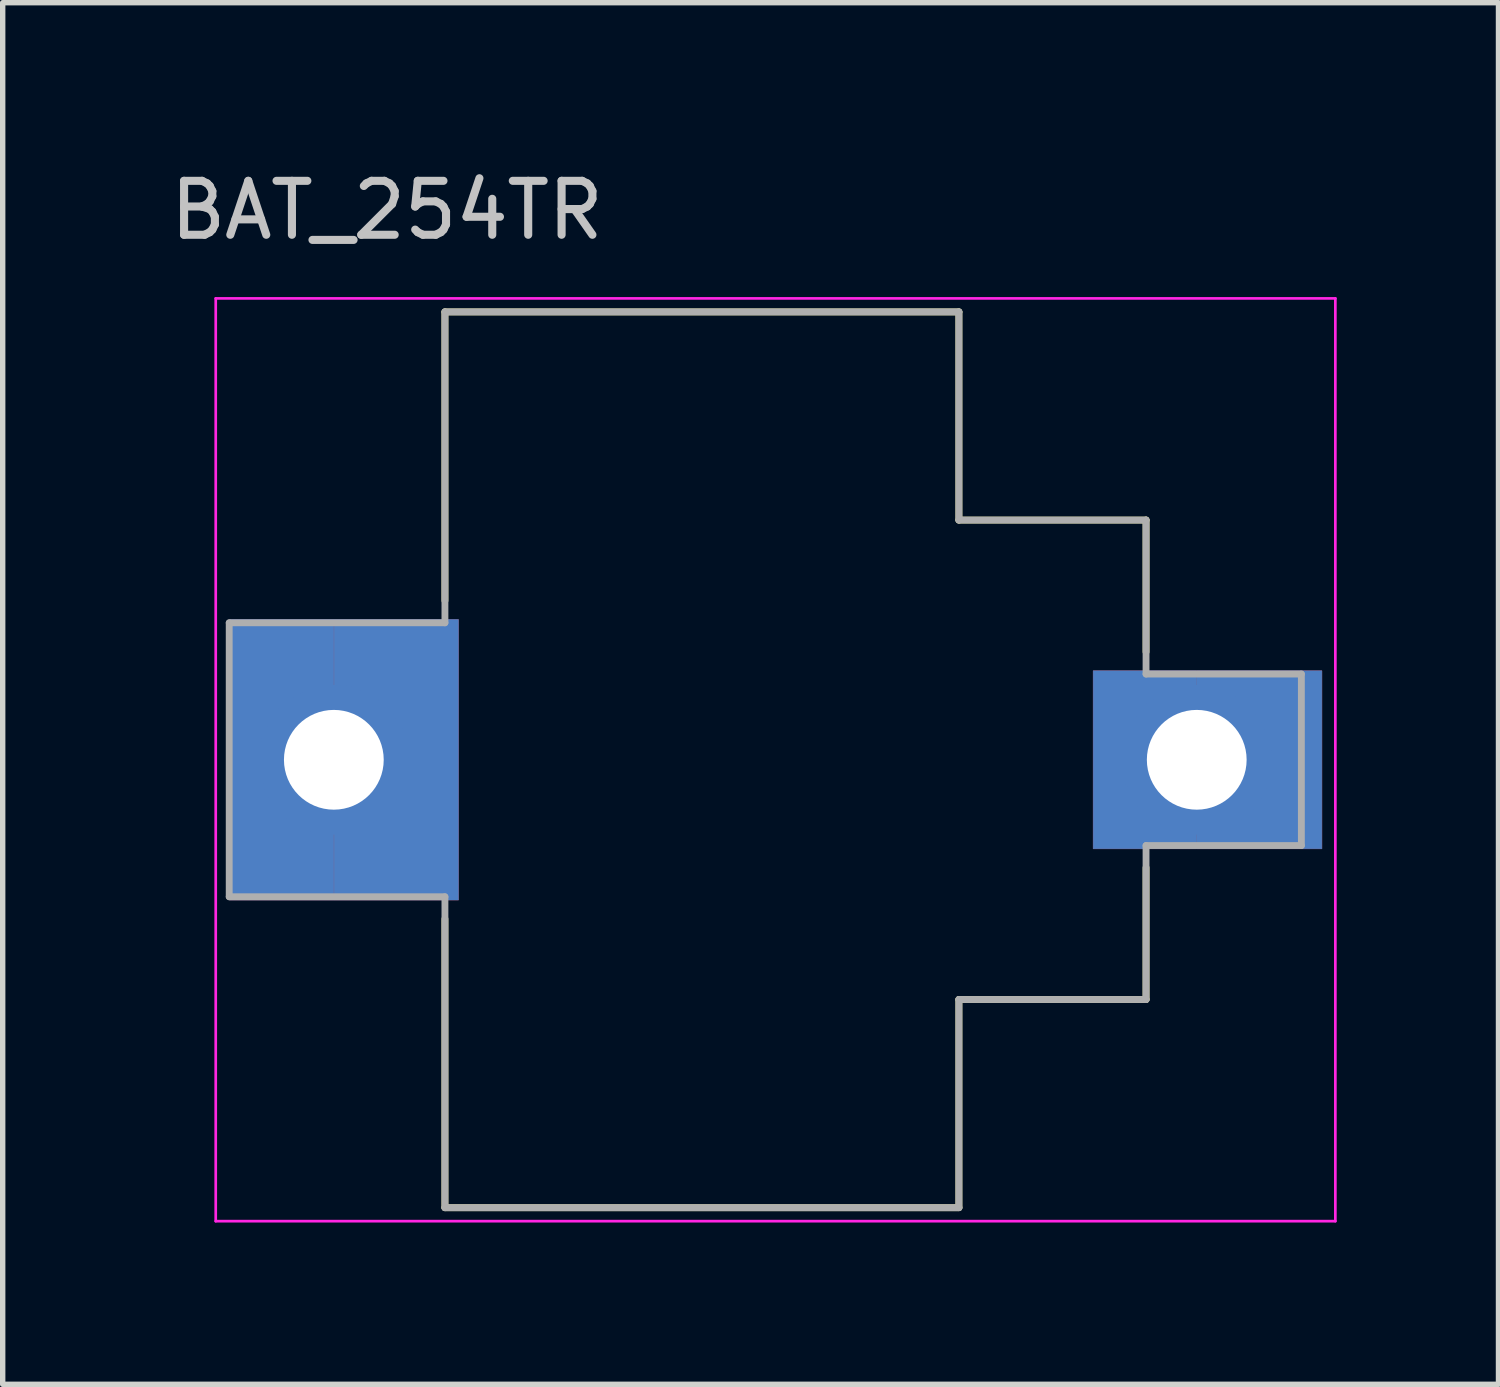
<source format=kicad_pcb>
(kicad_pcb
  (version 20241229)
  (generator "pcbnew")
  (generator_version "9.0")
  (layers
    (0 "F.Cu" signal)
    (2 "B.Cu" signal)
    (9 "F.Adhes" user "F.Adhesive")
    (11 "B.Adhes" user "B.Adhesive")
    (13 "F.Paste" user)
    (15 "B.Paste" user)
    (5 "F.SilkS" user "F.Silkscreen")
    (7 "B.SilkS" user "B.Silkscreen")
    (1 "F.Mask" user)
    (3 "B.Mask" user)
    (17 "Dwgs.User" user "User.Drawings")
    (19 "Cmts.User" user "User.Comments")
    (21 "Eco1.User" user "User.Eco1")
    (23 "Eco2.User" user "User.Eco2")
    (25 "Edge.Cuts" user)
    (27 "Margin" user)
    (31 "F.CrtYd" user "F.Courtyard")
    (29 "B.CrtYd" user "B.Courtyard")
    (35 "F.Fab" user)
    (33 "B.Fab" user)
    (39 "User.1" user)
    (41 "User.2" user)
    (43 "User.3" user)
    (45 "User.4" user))
  (footprint "BAT_254TR"
    (layer "F.Cu")
    (at 11.14 11.038)
    (property "Reference" "BAT_254TR" (at -7.015 -10.19 0) (layer "Dwgs.User") (effects (font (size 1 1) (thickness 0.15))))
    (attr through_hole)
    (fp_poly (pts (xy -8 0.925) (xy -8 2.6) (xy -9.93 2.6) (xy -9.93 -2.6) (xy -8 -2.6) (xy -8 -0.925) (xy -8.048 -0.924) (xy -8.097 -0.92) (xy -8.145 -0.914) (xy -8.192 -0.905) (xy -8.239 -0.893) (xy -8.286 -0.88) (xy -8.331 -0.864) (xy -8.376 -0.845) (xy -8.42 -0.824) (xy -8.463 -0.801) (xy -8.504 -0.776) (xy -8.544 -0.748) (xy -8.582 -0.719) (xy -8.619 -0.687) (xy -8.654 -0.654) (xy -8.687 -0.619) (xy -8.719 -0.582) (xy -8.748 -0.544) (xy -8.776 -0.504) (xy -8.801 -0.462) (xy -8.824 -0.42) (xy -8.845 -0.376) (xy -8.864 -0.331) (xy -8.88 -0.286) (xy -8.893 -0.239) (xy -8.905 -0.192) (xy -8.914 -0.145) (xy -8.92 -0.097) (xy -8.924 -0.048) (xy -8.925 0) (xy -8.924 0.048) (xy -8.92 0.097) (xy -8.914 0.145) (xy -8.905 0.192) (xy -8.893 0.239) (xy -8.88 0.286) (xy -8.864 0.331) (xy -8.845 0.376) (xy -8.824 0.42) (xy -8.801 0.462) (xy -8.776 0.504) (xy -8.748 0.544) (xy -8.719 0.582) (xy -8.687 0.619) (xy -8.654 0.654) (xy -8.619 0.687) (xy -8.582 0.719) (xy -8.544 0.748) (xy -8.504 0.776) (xy -8.463 0.801) (xy -8.42 0.824) (xy -8.376 0.845) (xy -8.331 0.864) (xy -8.286 0.88) (xy -8.239 0.893) (xy -8.192 0.905) (xy -8.145 0.914) (xy -8.097 0.92) (xy -8.048 0.924) (xy -8 0.925)) (stroke (width 0.01) (type solid)) (fill yes) (layer "F.Cu"))
    (fp_poly (pts (xy 8 -0.925) (xy 8 -1.65) (xy 10.32 -1.65) (xy 10.32 1.65) (xy 8 1.65) (xy 8 0.925) (xy 8.048 0.924) (xy 8.097 0.92) (xy 8.145 0.914) (xy 8.192 0.905) (xy 8.239 0.893) (xy 8.286 0.88) (xy 8.331 0.864) (xy 8.376 0.845) (xy 8.42 0.824) (xy 8.463 0.801) (xy 8.504 0.776) (xy 8.544 0.748) (xy 8.582 0.719) (xy 8.619 0.687) (xy 8.654 0.654) (xy 8.687 0.619) (xy 8.719 0.582) (xy 8.748 0.544) (xy 8.776 0.504) (xy 8.801 0.462) (xy 8.824 0.42) (xy 8.845 0.376) (xy 8.864 0.331) (xy 8.88 0.286) (xy 8.893 0.239) (xy 8.905 0.192) (xy 8.914 0.145) (xy 8.92 0.097) (xy 8.924 0.048) (xy 8.925 0) (xy 8.924 -0.048) (xy 8.92 -0.097) (xy 8.914 -0.145) (xy 8.905 -0.192) (xy 8.893 -0.239) (xy 8.88 -0.286) (xy 8.864 -0.331) (xy 8.845 -0.376) (xy 8.824 -0.42) (xy 8.801 -0.462) (xy 8.776 -0.504) (xy 8.748 -0.544) (xy 8.719 -0.582) (xy 8.687 -0.619) (xy 8.654 -0.654) (xy 8.619 -0.687) (xy 8.582 -0.719) (xy 8.544 -0.748) (xy 8.504 -0.776) (xy 8.463 -0.801) (xy 8.42 -0.824) (xy 8.376 -0.845) (xy 8.331 -0.864) (xy 8.286 -0.88) (xy 8.239 -0.893) (xy 8.192 -0.905) (xy 8.145 -0.914) (xy 8.097 -0.92) (xy 8.048 -0.924) (xy 8 -0.925)) (stroke (width 0.01) (type solid)) (fill yes) (layer "F.Cu"))
    (fp_poly (pts (xy -7.995 -0.925) (xy -7.995 -2.6) (xy -5.69 -2.6) (xy -5.69 2.6) (xy -7.995 2.6) (xy -7.995 0.925) (xy -7.947 0.924) (xy -7.899 0.92) (xy -7.851 0.914) (xy -7.804 0.905) (xy -7.757 0.894) (xy -7.711 0.88) (xy -7.665 0.864) (xy -7.621 0.845) (xy -7.577 0.825) (xy -7.535 0.802) (xy -7.494 0.777) (xy -7.454 0.749) (xy -7.416 0.72) (xy -7.379 0.689) (xy -7.344 0.656) (xy -7.311 0.621) (xy -7.28 0.584) (xy -7.251 0.546) (xy -7.223 0.506) (xy -7.198 0.465) (xy -7.175 0.423) (xy -7.155 0.379) (xy -7.136 0.335) (xy -7.12 0.289) (xy -7.106 0.243) (xy -7.095 0.196) (xy -7.086 0.149) (xy -7.08 0.101) (xy -7.076 0.053) (xy -7.075 0.005) (xy -7.075 -0.005) (xy -7.076 -0.053) (xy -7.08 -0.101) (xy -7.086 -0.149) (xy -7.095 -0.196) (xy -7.106 -0.243) (xy -7.12 -0.289) (xy -7.136 -0.335) (xy -7.155 -0.379) (xy -7.175 -0.423) (xy -7.198 -0.465) (xy -7.223 -0.506) (xy -7.251 -0.546) (xy -7.28 -0.584) (xy -7.311 -0.621) (xy -7.344 -0.656) (xy -7.379 -0.689) (xy -7.416 -0.72) (xy -7.454 -0.749) (xy -7.494 -0.777) (xy -7.535 -0.802) (xy -7.577 -0.825) (xy -7.621 -0.845) (xy -7.665 -0.864) (xy -7.711 -0.88) (xy -7.757 -0.894) (xy -7.804 -0.905) (xy -7.851 -0.914) (xy -7.899 -0.92) (xy -7.947 -0.924) (xy -7.995 -0.925)) (stroke (width 0.01) (type solid)) (fill yes) (layer "F.Cu"))
    (fp_poly (pts (xy 7.995 0.925) (xy 7.995 1.65) (xy 6.08 1.65) (xy 6.08 -1.65) (xy 7.995 -1.65) (xy 7.995 -0.925) (xy 7.947 -0.924) (xy 7.899 -0.92) (xy 7.851 -0.914) (xy 7.804 -0.905) (xy 7.757 -0.894) (xy 7.711 -0.88) (xy 7.665 -0.864) (xy 7.621 -0.845) (xy 7.577 -0.825) (xy 7.535 -0.802) (xy 7.494 -0.777) (xy 7.454 -0.749) (xy 7.416 -0.72) (xy 7.379 -0.689) (xy 7.344 -0.656) (xy 7.311 -0.621) (xy 7.28 -0.584) (xy 7.251 -0.546) (xy 7.223 -0.506) (xy 7.198 -0.465) (xy 7.175 -0.423) (xy 7.155 -0.379) (xy 7.136 -0.335) (xy 7.12 -0.289) (xy 7.106 -0.243) (xy 7.095 -0.196) (xy 7.086 -0.149) (xy 7.08 -0.101) (xy 7.076 -0.053) (xy 7.075 -0.005) (xy 7.075 0.005) (xy 7.076 0.053) (xy 7.08 0.101) (xy 7.086 0.149) (xy 7.095 0.196) (xy 7.106 0.243) (xy 7.12 0.289) (xy 7.136 0.335) (xy 7.155 0.379) (xy 7.175 0.423) (xy 7.198 0.465) (xy 7.223 0.506) (xy 7.251 0.546) (xy 7.28 0.584) (xy 7.311 0.621) (xy 7.344 0.656) (xy 7.379 0.689) (xy 7.416 0.72) (xy 7.454 0.749) (xy 7.494 0.777) (xy 7.535 0.802) (xy 7.577 0.825) (xy 7.621 0.845) (xy 7.665 0.864) (xy 7.711 0.88) (xy 7.757 0.894) (xy 7.804 0.905) (xy 7.851 0.914) (xy 7.899 0.92) (xy 7.947 0.924) (xy 7.995 0.925)) (stroke (width 0.01) (type solid)) (fill yes) (layer "F.Cu"))
    (fp_poly (pts (xy -10.03 -2.7) (xy -5.59 -2.7) (xy -5.59 2.7) (xy -10.03 2.7)) (stroke (width 0.01) (type solid)) (fill yes) (layer "F.Mask"))
    (fp_poly (pts (xy 5.98 -1.75) (xy 10.42 -1.75) (xy 10.42 1.75) (xy 5.98 1.75)) (stroke (width 0.01) (type solid)) (fill yes) (layer "F.Mask"))
    (fp_poly (pts (xy -8 0.925) (xy -8 2.6) (xy -9.93 2.6) (xy -9.93 -2.6) (xy -8 -2.6) (xy -8 -0.925) (xy -8.048 -0.924) (xy -8.097 -0.92) (xy -8.145 -0.914) (xy -8.192 -0.905) (xy -8.239 -0.893) (xy -8.286 -0.88) (xy -8.331 -0.864) (xy -8.376 -0.845) (xy -8.42 -0.824) (xy -8.463 -0.801) (xy -8.504 -0.776) (xy -8.544 -0.748) (xy -8.582 -0.719) (xy -8.619 -0.687) (xy -8.654 -0.654) (xy -8.687 -0.619) (xy -8.719 -0.582) (xy -8.748 -0.544) (xy -8.776 -0.504) (xy -8.801 -0.462) (xy -8.824 -0.42) (xy -8.845 -0.376) (xy -8.864 -0.331) (xy -8.88 -0.286) (xy -8.893 -0.239) (xy -8.905 -0.192) (xy -8.914 -0.145) (xy -8.92 -0.097) (xy -8.924 -0.048) (xy -8.925 0) (xy -8.924 0.048) (xy -8.92 0.097) (xy -8.914 0.145) (xy -8.905 0.192) (xy -8.893 0.239) (xy -8.88 0.286) (xy -8.864 0.331) (xy -8.845 0.376) (xy -8.824 0.42) (xy -8.801 0.462) (xy -8.776 0.504) (xy -8.748 0.544) (xy -8.719 0.582) (xy -8.687 0.619) (xy -8.654 0.654) (xy -8.619 0.687) (xy -8.582 0.719) (xy -8.544 0.748) (xy -8.504 0.776) (xy -8.463 0.801) (xy -8.42 0.824) (xy -8.376 0.845) (xy -8.331 0.864) (xy -8.286 0.88) (xy -8.239 0.893) (xy -8.192 0.905) (xy -8.145 0.914) (xy -8.097 0.92) (xy -8.048 0.924) (xy -8 0.925)) (stroke (width 0.01) (type solid)) (fill yes) (layer "B.Cu"))
    (fp_poly (pts (xy 8 -0.925) (xy 8 -1.65) (xy 10.32 -1.65) (xy 10.32 1.65) (xy 8 1.65) (xy 8 0.925) (xy 8.048 0.924) (xy 8.097 0.92) (xy 8.145 0.914) (xy 8.192 0.905) (xy 8.239 0.893) (xy 8.286 0.88) (xy 8.331 0.864) (xy 8.376 0.845) (xy 8.42 0.824) (xy 8.463 0.801) (xy 8.504 0.776) (xy 8.544 0.748) (xy 8.582 0.719) (xy 8.619 0.687) (xy 8.654 0.654) (xy 8.687 0.619) (xy 8.719 0.582) (xy 8.748 0.544) (xy 8.776 0.504) (xy 8.801 0.462) (xy 8.824 0.42) (xy 8.845 0.376) (xy 8.864 0.331) (xy 8.88 0.286) (xy 8.893 0.239) (xy 8.905 0.192) (xy 8.914 0.145) (xy 8.92 0.097) (xy 8.924 0.048) (xy 8.925 0) (xy 8.924 -0.048) (xy 8.92 -0.097) (xy 8.914 -0.145) (xy 8.905 -0.192) (xy 8.893 -0.239) (xy 8.88 -0.286) (xy 8.864 -0.331) (xy 8.845 -0.376) (xy 8.824 -0.42) (xy 8.801 -0.462) (xy 8.776 -0.504) (xy 8.748 -0.544) (xy 8.719 -0.582) (xy 8.687 -0.619) (xy 8.654 -0.654) (xy 8.619 -0.687) (xy 8.582 -0.719) (xy 8.544 -0.748) (xy 8.504 -0.776) (xy 8.463 -0.801) (xy 8.42 -0.824) (xy 8.376 -0.845) (xy 8.331 -0.864) (xy 8.286 -0.88) (xy 8.239 -0.893) (xy 8.192 -0.905) (xy 8.145 -0.914) (xy 8.097 -0.92) (xy 8.048 -0.924) (xy 8 -0.925)) (stroke (width 0.01) (type solid)) (fill yes) (layer "B.Cu"))
    (fp_poly (pts (xy -7.995 -0.925) (xy -7.995 -2.6) (xy -5.69 -2.6) (xy -5.69 2.6) (xy -7.995 2.6) (xy -7.995 0.925) (xy -7.947 0.924) (xy -7.899 0.92) (xy -7.851 0.914) (xy -7.804 0.905) (xy -7.757 0.894) (xy -7.711 0.88) (xy -7.665 0.864) (xy -7.621 0.845) (xy -7.577 0.825) (xy -7.535 0.802) (xy -7.494 0.777) (xy -7.454 0.749) (xy -7.416 0.72) (xy -7.379 0.689) (xy -7.344 0.656) (xy -7.311 0.621) (xy -7.28 0.584) (xy -7.251 0.546) (xy -7.223 0.506) (xy -7.198 0.465) (xy -7.175 0.423) (xy -7.155 0.379) (xy -7.136 0.335) (xy -7.12 0.289) (xy -7.106 0.243) (xy -7.095 0.196) (xy -7.086 0.149) (xy -7.08 0.101) (xy -7.076 0.053) (xy -7.075 0.005) (xy -7.075 -0.005) (xy -7.076 -0.053) (xy -7.08 -0.101) (xy -7.086 -0.149) (xy -7.095 -0.196) (xy -7.106 -0.243) (xy -7.12 -0.289) (xy -7.136 -0.335) (xy -7.155 -0.379) (xy -7.175 -0.423) (xy -7.198 -0.465) (xy -7.223 -0.506) (xy -7.251 -0.546) (xy -7.28 -0.584) (xy -7.311 -0.621) (xy -7.344 -0.656) (xy -7.379 -0.689) (xy -7.416 -0.72) (xy -7.454 -0.749) (xy -7.494 -0.777) (xy -7.535 -0.802) (xy -7.577 -0.825) (xy -7.621 -0.845) (xy -7.665 -0.864) (xy -7.711 -0.88) (xy -7.757 -0.894) (xy -7.804 -0.905) (xy -7.851 -0.914) (xy -7.899 -0.92) (xy -7.947 -0.924) (xy -7.995 -0.925)) (stroke (width 0.01) (type solid)) (fill yes) (layer "B.Cu"))
    (fp_poly (pts (xy 7.995 0.925) (xy 7.995 1.65) (xy 6.08 1.65) (xy 6.08 -1.65) (xy 7.995 -1.65) (xy 7.995 -0.925) (xy 7.947 -0.924) (xy 7.899 -0.92) (xy 7.851 -0.914) (xy 7.804 -0.905) (xy 7.757 -0.894) (xy 7.711 -0.88) (xy 7.665 -0.864) (xy 7.621 -0.845) (xy 7.577 -0.825) (xy 7.535 -0.802) (xy 7.494 -0.777) (xy 7.454 -0.749) (xy 7.416 -0.72) (xy 7.379 -0.689) (xy 7.344 -0.656) (xy 7.311 -0.621) (xy 7.28 -0.584) (xy 7.251 -0.546) (xy 7.223 -0.506) (xy 7.198 -0.465) (xy 7.175 -0.423) (xy 7.155 -0.379) (xy 7.136 -0.335) (xy 7.12 -0.289) (xy 7.106 -0.243) (xy 7.095 -0.196) (xy 7.086 -0.149) (xy 7.08 -0.101) (xy 7.076 -0.053) (xy 7.075 -0.005) (xy 7.075 0.005) (xy 7.076 0.053) (xy 7.08 0.101) (xy 7.086 0.149) (xy 7.095 0.196) (xy 7.106 0.243) (xy 7.12 0.289) (xy 7.136 0.335) (xy 7.155 0.379) (xy 7.175 0.423) (xy 7.198 0.465) (xy 7.223 0.506) (xy 7.251 0.546) (xy 7.28 0.584) (xy 7.311 0.621) (xy 7.344 0.656) (xy 7.379 0.689) (xy 7.416 0.72) (xy 7.454 0.749) (xy 7.494 0.777) (xy 7.535 0.802) (xy 7.577 0.825) (xy 7.621 0.845) (xy 7.665 0.864) (xy 7.711 0.88) (xy 7.757 0.894) (xy 7.804 0.905) (xy 7.851 0.914) (xy 7.899 0.92) (xy 7.947 0.924) (xy 7.995 0.925)) (stroke (width 0.01) (type solid)) (fill yes) (layer "B.Cu"))
    (fp_poly (pts (xy -10.03 -2.7) (xy -5.59 -2.7) (xy -5.59 2.7) (xy -10.03 2.7)) (stroke (width 0.01) (type solid)) (fill yes) (layer "B.Mask"))
    (fp_poly (pts (xy 5.98 -1.75) (xy 10.42 -1.75) (xy 10.42 1.75) (xy 5.98 1.75)) (stroke (width 0.01) (type solid)) (fill yes) (layer "B.Mask"))
    (fp_line (start -5.94 -8.305) (end 3.59 -8.305) (stroke (width 0.127) (type solid)) (layer "F.SilkS"))
    (fp_line (start -5.94 -2.95) (end -5.94 -8.305) (stroke (width 0.127) (type solid)) (layer "F.SilkS"))
    (fp_line (start -5.94 8.305) (end -5.94 2.95) (stroke (width 0.127) (type solid)) (layer "F.SilkS"))
    (fp_line (start 3.59 -8.305) (end 3.59 -4.445) (stroke (width 0.127) (type solid)) (layer "F.SilkS"))
    (fp_line (start 3.59 -4.445) (end 7.06 -4.445) (stroke (width 0.127) (type solid)) (layer "F.SilkS"))
    (fp_line (start 3.59 4.445) (end 3.59 8.305) (stroke (width 0.127) (type solid)) (layer "F.SilkS"))
    (fp_line (start 3.59 8.305) (end -5.94 8.305) (stroke (width 0.127) (type solid)) (layer "F.SilkS"))
    (fp_line (start 7.06 -4.445) (end 7.06 -2) (stroke (width 0.127) (type solid)) (layer "F.SilkS"))
    (fp_line (start 7.06 2) (end 7.06 4.445) (stroke (width 0.127) (type solid)) (layer "F.SilkS"))
    (fp_line (start 7.06 4.445) (end 3.59 4.445) (stroke (width 0.127) (type solid)) (layer "F.SilkS"))
    (fp_rect (start -10 -2.7) (end -5.6 2.7) (stroke (width 0.12) (type solid)) (fill yes) (layer "F.Paste"))
    (fp_rect (start 6 -1.7) (end 10.4 1.7) (stroke (width 0.12) (type solid)) (fill yes) (layer "F.Paste"))
    (fp_line (start -10.19 -8.555) (end -10.19 8.555) (stroke (width 0.05) (type solid)) (layer "F.CrtYd"))
    (fp_line (start -10.19 8.555) (end 10.57 8.555) (stroke (width 0.05) (type solid)) (layer "F.CrtYd"))
    (fp_line (start 10.57 -8.555) (end -10.19 -8.555) (stroke (width 0.05) (type solid)) (layer "F.CrtYd"))
    (fp_line (start 10.57 8.555) (end 10.57 -8.555) (stroke (width 0.05) (type solid)) (layer "F.CrtYd"))
    (fp_line (start -9.94 -2.54) (end -5.94 -2.54) (stroke (width 0.127) (type solid)) (layer "F.Fab"))
    (fp_line (start -9.94 2.54) (end -9.94 -2.54) (stroke (width 0.127) (type solid)) (layer "F.Fab"))
    (fp_line (start -5.94 -8.305) (end 3.59 -8.305) (stroke (width 0.127) (type solid)) (layer "F.Fab"))
    (fp_line (start -5.94 -2.54) (end -5.94 -8.305) (stroke (width 0.127) (type solid)) (layer "F.Fab"))
    (fp_line (start -5.94 2.54) (end -9.94 2.54) (stroke (width 0.127) (type solid)) (layer "F.Fab"))
    (fp_line (start -5.94 8.305) (end -5.94 2.54) (stroke (width 0.127) (type solid)) (layer "F.Fab"))
    (fp_line (start 3.59 -8.305) (end 3.59 -4.445) (stroke (width 0.127) (type solid)) (layer "F.Fab"))
    (fp_line (start 3.59 -4.445) (end 7.06 -4.445) (stroke (width 0.127) (type solid)) (layer "F.Fab"))
    (fp_line (start 3.59 4.445) (end 3.59 8.305) (stroke (width 0.127) (type solid)) (layer "F.Fab"))
    (fp_line (start 3.59 8.305) (end -5.94 8.305) (stroke (width 0.127) (type solid)) (layer "F.Fab"))
    (fp_line (start 7.06 -4.445) (end 7.06 -1.59) (stroke (width 0.127) (type solid)) (layer "F.Fab"))
    (fp_line (start 7.06 -1.59) (end 9.94 -1.59) (stroke (width 0.127) (type solid)) (layer "F.Fab"))
    (fp_line (start 7.06 1.59) (end 7.06 4.445) (stroke (width 0.127) (type solid)) (layer "F.Fab"))
    (fp_line (start 7.06 4.445) (end 3.59 4.445) (stroke (width 0.127) (type solid)) (layer "F.Fab"))
    (fp_line (start 9.94 -1.59) (end 9.94 1.59) (stroke (width 0.127) (type solid)) (layer "F.Fab"))
    (fp_line (start 9.94 1.59) (end 7.06 1.59) (stroke (width 0.127) (type solid)) (layer "F.Fab"))
    (pad "P1_1" thru_hole circle (at -8 0) (size 2.775 2.775) (drill 1.85) (layers "*.Cu"))
    (pad "P1_2" thru_hole circle (at 8 0) (size 2.775 2.775) (drill 1.85) (layers "*.Cu")))
  (gr_rect
    (start -3 -3)
    (end 24.735 22.618)
    (stroke (width 0.1) (type default))
    (fill no)
    (layer "Edge.Cuts")))
</source>
